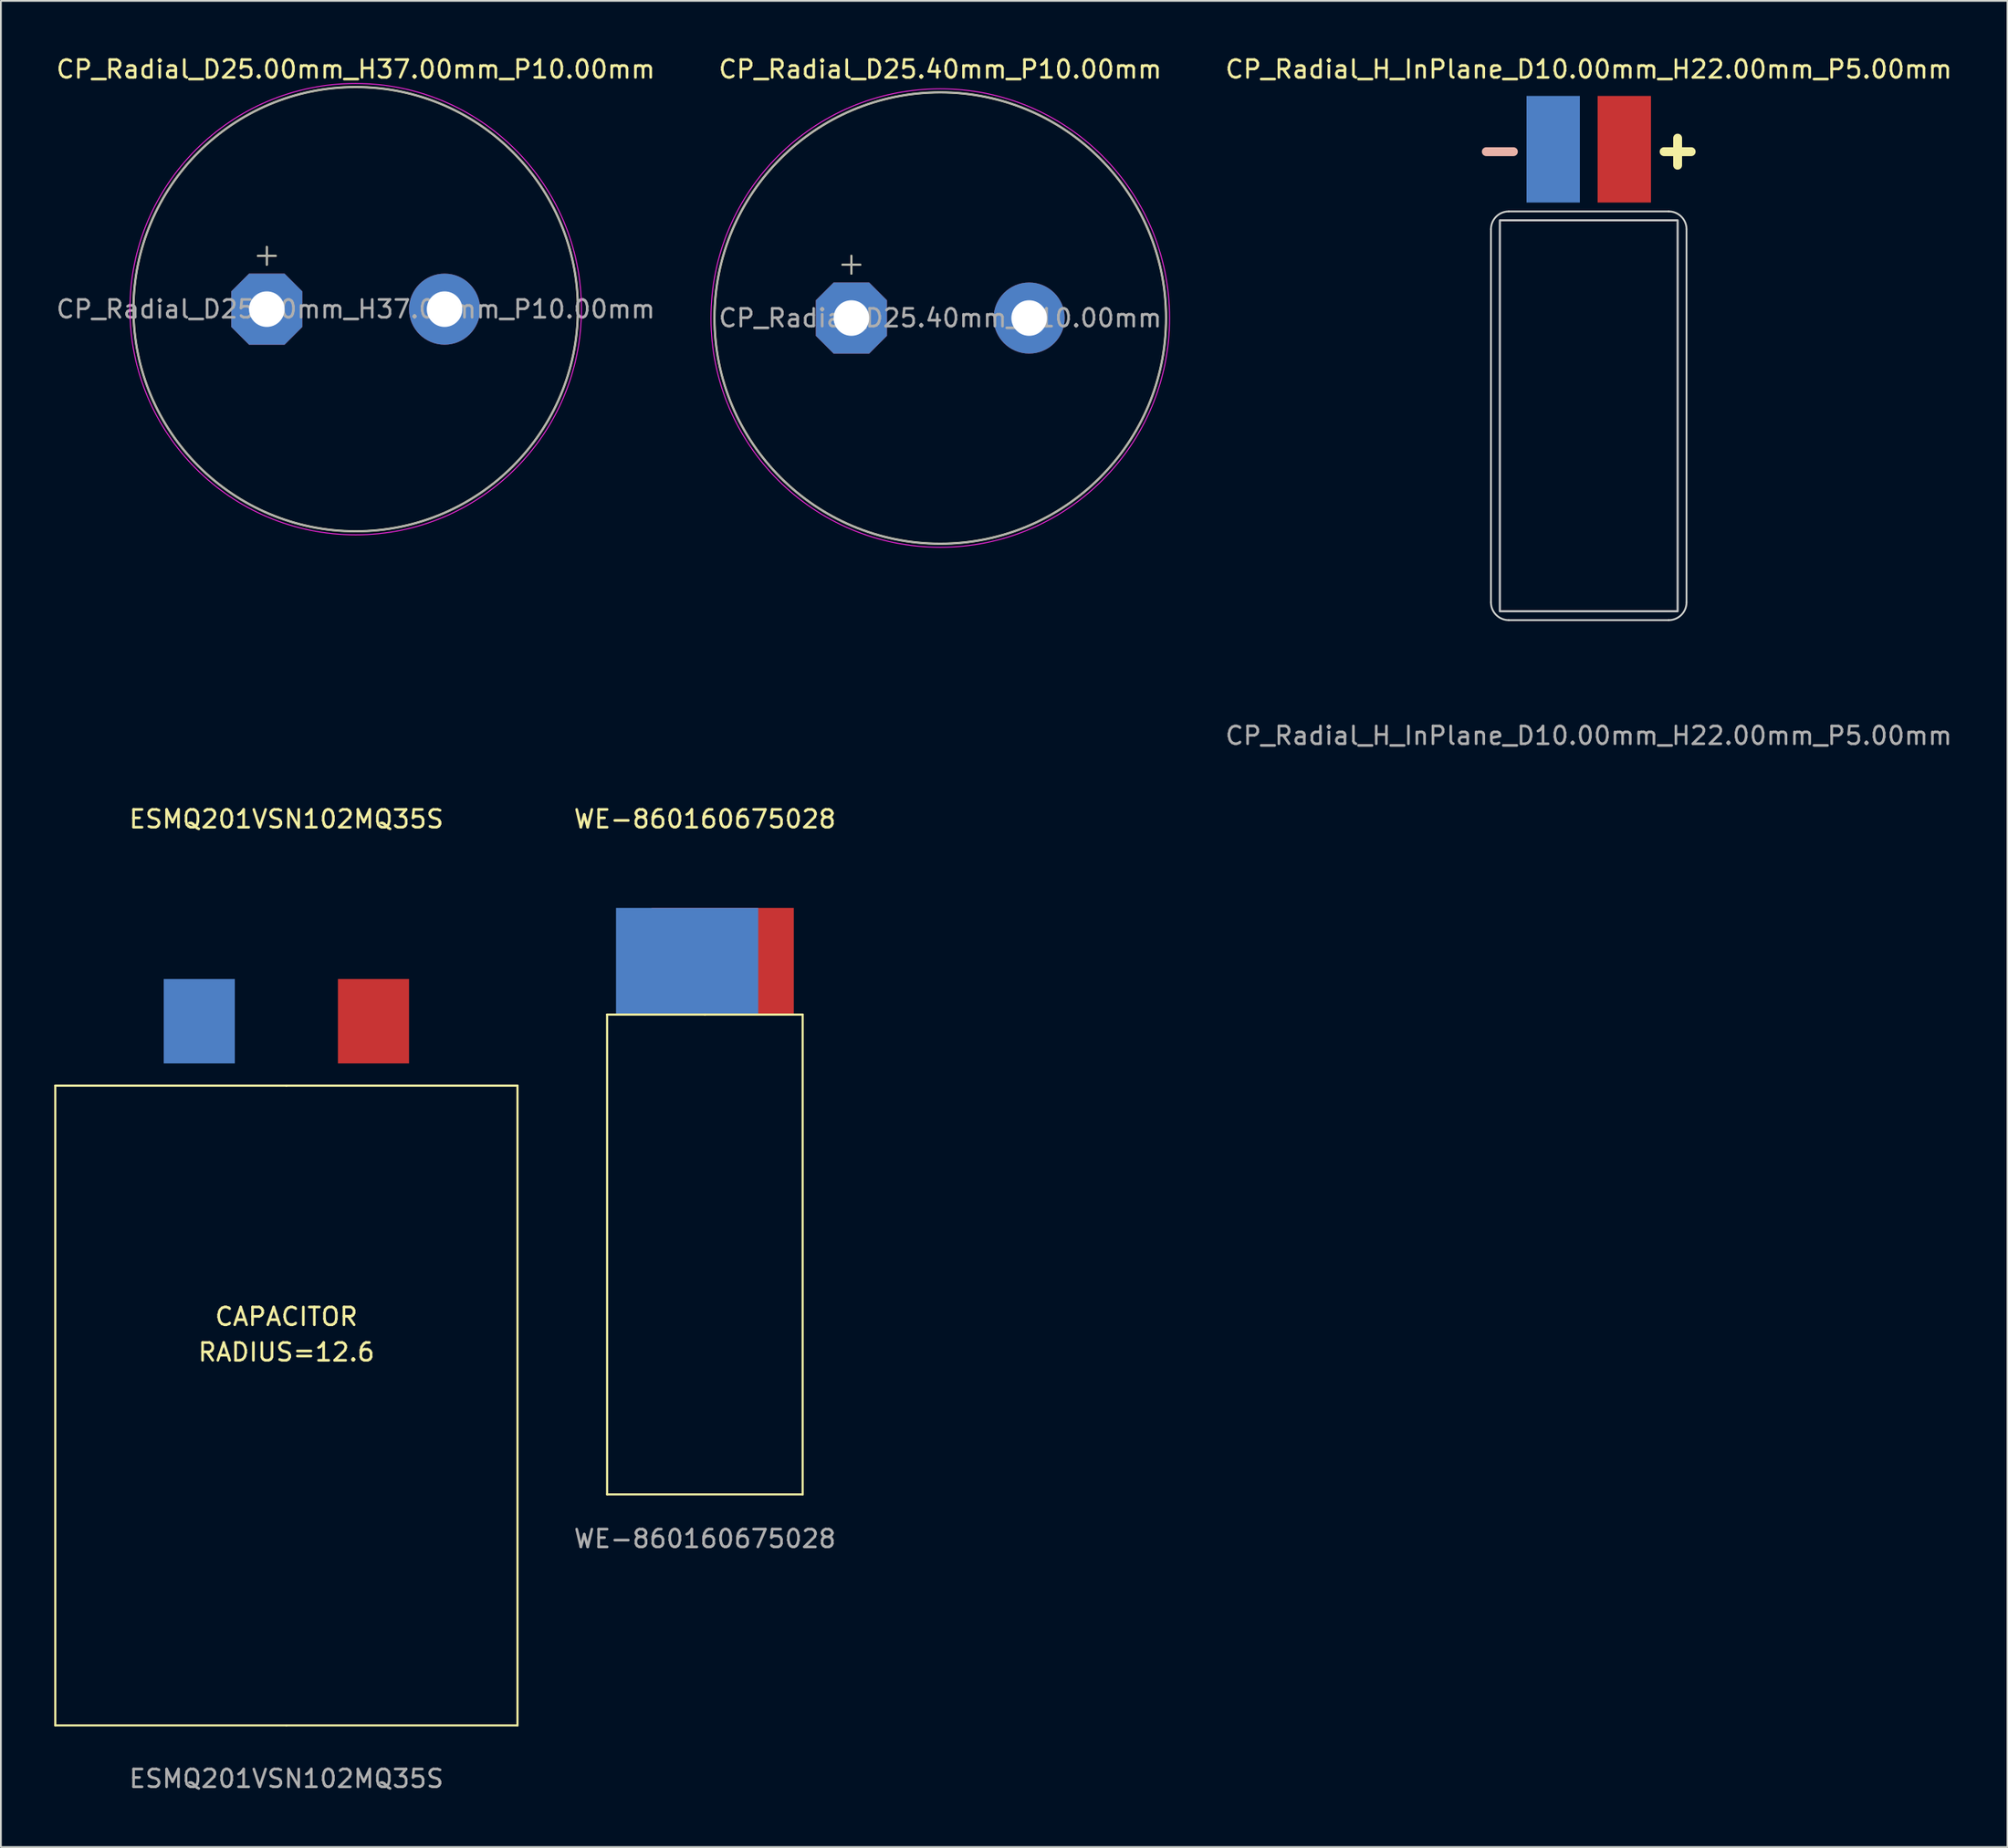
<source format=kicad_pcb>
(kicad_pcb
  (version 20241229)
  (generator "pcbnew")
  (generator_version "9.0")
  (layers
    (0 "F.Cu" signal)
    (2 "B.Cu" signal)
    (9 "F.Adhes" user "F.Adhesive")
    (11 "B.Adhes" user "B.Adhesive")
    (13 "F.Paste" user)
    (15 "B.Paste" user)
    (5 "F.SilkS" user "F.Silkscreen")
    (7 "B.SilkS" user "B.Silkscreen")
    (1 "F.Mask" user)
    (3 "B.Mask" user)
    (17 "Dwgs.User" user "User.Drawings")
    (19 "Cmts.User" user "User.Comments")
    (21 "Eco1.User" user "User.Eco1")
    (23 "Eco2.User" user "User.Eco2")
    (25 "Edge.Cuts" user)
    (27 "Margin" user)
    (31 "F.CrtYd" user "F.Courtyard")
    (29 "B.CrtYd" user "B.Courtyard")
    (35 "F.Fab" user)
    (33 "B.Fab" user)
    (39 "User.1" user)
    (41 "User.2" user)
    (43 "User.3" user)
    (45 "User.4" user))
  (footprint "WE-860160675028"
    (layer "F.Cu")
    (at 36.602 54.045)
    (property "Reference" "WE-860160675028" (at 0 -11 0) (unlocked yes) (layer "F.SilkS") (effects (font (size 1 1) (thickness 0.15))))
    (attr smd)
    (fp_line (start -5.5 0) (end 0 0) (stroke (width 0.12) (type solid)) (layer "F.SilkS"))
    (fp_line (start -5.5 27) (end -5.5 0) (stroke (width 0.12) (type solid)) (layer "F.SilkS"))
    (fp_line (start 0 0) (end 5.5 0) (stroke (width 0.12) (type solid)) (layer "F.SilkS"))
    (fp_line (start 5.5 0) (end 5.5 27) (stroke (width 0.12) (type solid)) (layer "F.SilkS"))
    (fp_line (start 5.5 27) (end -5.5 27) (stroke (width 0.12) (type solid)) (layer "F.SilkS"))
    (fp_text user "${REFERENCE}" (at 0 29.5 0) (unlocked yes) (layer "F.Fab") (effects (font (size 1 1) (thickness 0.15))))
    (pad "1" smd rect (at 1 -3) (size 8 6) (layers "F.Cu" "F.Mask" "F.Paste"))
    (pad "2" smd rect (at -1 -3) (size 8 6) (layers "B.Cu" "B.Mask" "B.Paste")))
  (footprint "ESMQ201VSN102MQ35S"
    (layer "F.Cu")
    (at 13.06 58.045)
    (property "Reference" "ESMQ201VSN102MQ35S" (at 0 -15 0) (unlocked yes) (layer "F.SilkS") (effects (font (size 1 1) (thickness 0.15))))
    (attr smd)
    (fp_line (start -13 0) (end 0 0) (stroke (width 0.12) (type solid)) (layer "F.SilkS"))
    (fp_line (start -13 36) (end -13 0) (stroke (width 0.12) (type solid)) (layer "F.SilkS"))
    (fp_line (start 0 0) (end 13 0) (stroke (width 0.12) (type solid)) (layer "F.SilkS"))
    (fp_line (start 0 36) (end -13 36) (stroke (width 0.12) (type solid)) (layer "F.SilkS"))
    (fp_line (start 13 0) (end 13 36) (stroke (width 0.12) (type solid)) (layer "F.SilkS"))
    (fp_line (start 13 36) (end 0 36) (stroke (width 0.12) (type solid)) (layer "F.SilkS"))
    (fp_text user "RADIUS=12.6" (at 0 15 0) (unlocked yes) (layer "F.SilkS") (effects (font (size 1 1) (thickness 0.15))))
    (fp_text user "CAPACITOR" (at 0 13 0) (unlocked yes) (layer "F.SilkS") (effects (font (size 1 1) (thickness 0.15))))
    (fp_text user "${REFERENCE}" (at 0 39 0) (unlocked yes) (layer "F.Fab") (effects (font (size 1 1) (thickness 0.15))))
    (pad "1" smd rect (at 4.9 -3.625) (size 4 4.75) (layers "F.Cu" "F.Mask" "F.Paste"))
    (pad "2" smd rect (at -4.9 -3.625) (size 4 4.75) (layers "B.Cu" "B.Mask" "B.Paste")))
  (footprint "CP_Radial_D25.00mm_H37.00mm_P10.00mm"
    (layer "F.Cu")
    (at 16.958 14.348)
    (property "Reference" "CP_Radial_D25.00mm_H37.00mm_P10.00mm" (at 0 -13.5 0) (layer "F.SilkS") (effects (font (size 1 1) (thickness 0.15))))
    (attr through_hole)
    (fp_line (start -5.5 -3) (end -4.5 -3) (stroke (width 0.12) (type solid)) (layer "F.SilkS"))
    (fp_line (start -5 -3.5) (end -5 -2.5) (stroke (width 0.12) (type solid)) (layer "F.SilkS"))
    (fp_circle (center 0 0) (end 12.5 0) (stroke (width 0.12) (type solid)) (fill no) (layer "F.SilkS"))
    (fp_circle (center 0 0) (end 12.7 0) (stroke (width 0.05) (type solid)) (fill no) (layer "F.CrtYd"))
    (fp_line (start -5.5 -3) (end -4.5 -3) (stroke (width 0.1) (type solid)) (layer "F.Fab"))
    (fp_line (start -5 -3.5) (end -5 -2.5) (stroke (width 0.1) (type solid)) (layer "F.Fab"))
    (fp_circle (center 0 0) (end 12.5 0) (stroke (width 0.1) (type solid)) (fill no) (layer "F.Fab"))
    (fp_text user "${REFERENCE}" (at 0 0 0) (layer "F.Fab") (effects (font (size 1 1) (thickness 0.15))))
    (pad "1" thru_hole roundrect (at -5 0) (size 4 4) (drill 2) (layers "*.Cu" "*.Mask") (roundrect_rratio 0) (chamfer_ratio 0.25) (chamfer top_left top_right bottom_left bottom_right))
    (pad "2" thru_hole circle (at 5 0) (size 4 4) (drill 2) (layers "*.Cu" "*.Mask")))
  (footprint "CP_Radial_D25.40mm_P10.00mm"
    (layer "F.Cu")
    (at 49.842 14.848)
    (property "Reference" "CP_Radial_D25.40mm_P10.00mm" (at 0 -14 0) (layer "F.SilkS") (effects (font (size 1 1) (thickness 0.15))))
    (attr through_hole)
    (fp_line (start -5.5 -3) (end -4.5 -3) (stroke (width 0.12) (type solid)) (layer "F.SilkS"))
    (fp_line (start -5 -3.5) (end -5 -2.5) (stroke (width 0.12) (type solid)) (layer "F.SilkS"))
    (fp_circle (center 0 0) (end 12.7 0) (stroke (width 0.12) (type solid)) (fill no) (layer "F.SilkS"))
    (fp_circle (center 0 0) (end 12.9 0) (stroke (width 0.05) (type solid)) (fill no) (layer "F.CrtYd"))
    (fp_line (start -5.5 -3) (end -4.5 -3) (stroke (width 0.1) (type solid)) (layer "F.Fab"))
    (fp_line (start -5 -3.5) (end -5 -2.5) (stroke (width 0.1) (type solid)) (layer "F.Fab"))
    (fp_circle (center 0 0) (end 12.7 0) (stroke (width 0.1) (type solid)) (fill no) (layer "F.Fab"))
    (fp_text user "${REFERENCE}" (at 0 0 0) (layer "F.Fab") (effects (font (size 1 1) (thickness 0.15))))
    (pad "1" thru_hole roundrect (at -5 0) (size 4 4) (drill 2) (layers "*.Cu" "*.Mask") (roundrect_rratio 0) (chamfer_ratio 0.25) (chamfer top_left top_right bottom_left bottom_right))
    (pad "2" thru_hole circle (at 5 0) (size 4 4) (drill 2) (layers "*.Cu" "*.Mask")))
  (footprint "CP_Radial_H_InPlane_D10.00mm_H22.00mm_P5.00mm"
    (layer "F.Cu")
    (at 86.32 8.848)
    (property "Reference" "CP_Radial_H_InPlane_D10.00mm_H22.00mm_P5.00mm" (at 0 -8 0) (unlocked yes) (layer "F.SilkS") (effects (font (size 1 1) (thickness 0.15))))
    (attr smd exclude_from_pos_files)
    (fp_rect (start -5 0.5) (end 5 22.5) (stroke (width 0.12) (type default)) (fill no) (layer "Dwgs.User"))
    (fp_line (start -5.5 22) (end -5.5 1) (stroke (width 0.1) (type default)) (layer "Edge.Cuts"))
    (fp_line (start -4.5 -0.000001) (end 4.5 0) (stroke (width 0.1) (type default)) (layer "Edge.Cuts"))
    (fp_line (start 4.5 23) (end -4.5 23) (stroke (width 0.1) (type default)) (layer "Edge.Cuts"))
    (fp_line (start 5.5 1) (end 5.5 22) (stroke (width 0.1) (type default)) (layer "Edge.Cuts"))
    (fp_arc (start -5.500001 0.999999) (mid -5.207108 0.292893) (end -4.500001 -0.000001) (stroke (width 0.1) (type default)) (layer "Edge.Cuts"))
    (fp_arc (start -4.500001 23.000001) (mid -5.207107 22.707108) (end -5.500001 22.000001) (stroke (width 0.1) (type default)) (layer "Edge.Cuts"))
    (fp_arc (start 4.5 0) (mid 5.207106 0.292893) (end 5.5 1) (stroke (width 0.1) (type default)) (layer "Edge.Cuts"))
    (fp_arc (start 5.5 22) (mid 5.207107 22.707106) (end 4.5 23) (stroke (width 0.1) (type default)) (layer "Edge.Cuts"))
    (fp_text user "+" (at 5 -3.5 0) (unlocked yes) (layer "F.SilkS") (effects (font (size 2 2) (thickness 0.5) (bold yes))))
    (fp_text user "-" (at -5 -3.5 0) (unlocked yes) (layer "B.SilkS") (effects (font (size 2 2) (thickness 0.5) (bold yes)) (justify mirror)))
    (fp_text user "${REFERENCE}" (at 0 29.5 0) (unlocked yes) (layer "F.Fab") (effects (font (size 1 1) (thickness 0.15))))
    (pad "1" smd rect (at 2 -3.5) (size 3 6) (layers "F.Cu" "F.Mask" "F.Paste"))
    (pad "2" smd rect (at -2 -3.5) (size 3 6) (layers "B.Cu" "B.Mask" "B.Paste")))
  (gr_rect
    (start -3 -3)
    (end 109.874 100.893)
    (stroke (width 0.1) (type default))
    (fill no)
    (layer "Edge.Cuts")))
</source>
